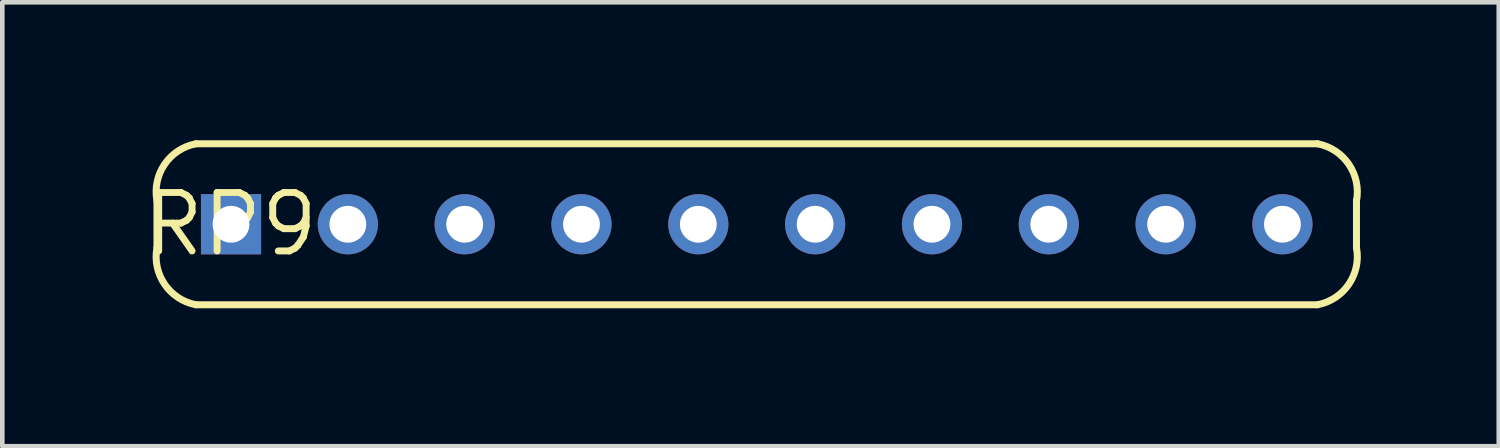
<source format=kicad_pcb>
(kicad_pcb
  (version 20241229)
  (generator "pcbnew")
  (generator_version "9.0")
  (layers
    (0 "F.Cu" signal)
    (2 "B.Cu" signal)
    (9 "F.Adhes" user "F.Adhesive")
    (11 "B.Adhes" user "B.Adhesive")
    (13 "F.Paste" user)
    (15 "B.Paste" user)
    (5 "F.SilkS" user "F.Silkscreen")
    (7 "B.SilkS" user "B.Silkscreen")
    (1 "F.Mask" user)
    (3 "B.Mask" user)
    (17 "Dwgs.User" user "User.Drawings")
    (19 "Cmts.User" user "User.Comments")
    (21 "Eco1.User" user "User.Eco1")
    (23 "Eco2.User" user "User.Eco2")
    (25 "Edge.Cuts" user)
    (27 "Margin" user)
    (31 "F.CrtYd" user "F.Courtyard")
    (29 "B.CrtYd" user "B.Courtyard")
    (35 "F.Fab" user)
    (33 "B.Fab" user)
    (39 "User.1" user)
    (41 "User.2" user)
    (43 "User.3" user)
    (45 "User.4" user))
  (footprint "RP9"
    (layer "F.Cu")
    (at 1.973 1.826)
    (property "Reference" "RP9" (at 0 0 0) (layer "F.SilkS") (effects (font (size 1.27 1.27) (thickness 0.15))))
    (attr through_hole)
    (fp_line (start -1.61 -0.508) (end -1.61 0.508) (stroke (width 0.152) (type solid)) (layer "F.SilkS"))
    (fp_line (start -0.762 1.75) (end 23.622 1.75) (stroke (width 0.152) (type solid)) (layer "F.SilkS"))
    (fp_line (start 23.622 -1.75) (end -0.762 -1.75) (stroke (width 0.152) (type solid)) (layer "F.SilkS"))
    (fp_line (start 24.47 -0.508) (end 24.47 0.508) (stroke (width 0.152) (type solid)) (layer "F.SilkS"))
    (fp_arc (start -1.61 -0.508) (mid -1.443226 -1.304627) (end -0.761999 -1.750001) (stroke (width 0.1524) (type solid)) (layer "F.SilkS"))
    (fp_arc (start -0.761999 1.750001) (mid -1.443226 1.304627) (end -1.61 0.508) (stroke (width 0.1524) (type solid)) (layer "F.SilkS"))
    (fp_arc (start 23.622 -1.75) (mid 24.303227 -1.304627) (end 24.47 -0.508) (stroke (width 0.1524) (type solid)) (layer "F.SilkS"))
    (fp_arc (start 24.47 0.508) (mid 24.303227 1.304627) (end 23.622 1.75) (stroke (width 0.1524) (type solid)) (layer "F.SilkS"))
    (pad "1" thru_hole rect (at 0 0 270) (size 1.308 1.308) (drill 0.8) (layers "*.Cu" "*.Mask"))
    (pad "2" thru_hole circle (at 2.54 0 270) (size 1.308 1.308) (drill 0.8) (layers "*.Cu" "*.Mask"))
    (pad "3" thru_hole circle (at 5.08 0 270) (size 1.308 1.308) (drill 0.8) (layers "*.Cu" "*.Mask"))
    (pad "4" thru_hole circle (at 7.62 0 270) (size 1.308 1.308) (drill 0.8) (layers "*.Cu" "*.Mask"))
    (pad "5" thru_hole circle (at 10.16 0 270) (size 1.308 1.308) (drill 0.8) (layers "*.Cu" "*.Mask"))
    (pad "6" thru_hole circle (at 12.7 0 270) (size 1.308 1.308) (drill 0.8) (layers "*.Cu" "*.Mask"))
    (pad "7" thru_hole circle (at 15.24 0 270) (size 1.308 1.308) (drill 0.8) (layers "*.Cu" "*.Mask"))
    (pad "8" thru_hole circle (at 17.78 0 270) (size 1.308 1.308) (drill 0.8) (layers "*.Cu" "*.Mask"))
    (pad "9" thru_hole circle (at 20.32 0 270) (size 1.308 1.308) (drill 0.8) (layers "*.Cu" "*.Mask"))
    (pad "10" thru_hole circle (at 22.86 0 270) (size 1.308 1.308) (drill 0.8) (layers "*.Cu" "*.Mask")))
  (gr_rect
    (start -3 -3)
    (end 29.537 6.652)
    (stroke (width 0.1) (type default))
    (fill no)
    (layer "Edge.Cuts")))
</source>
